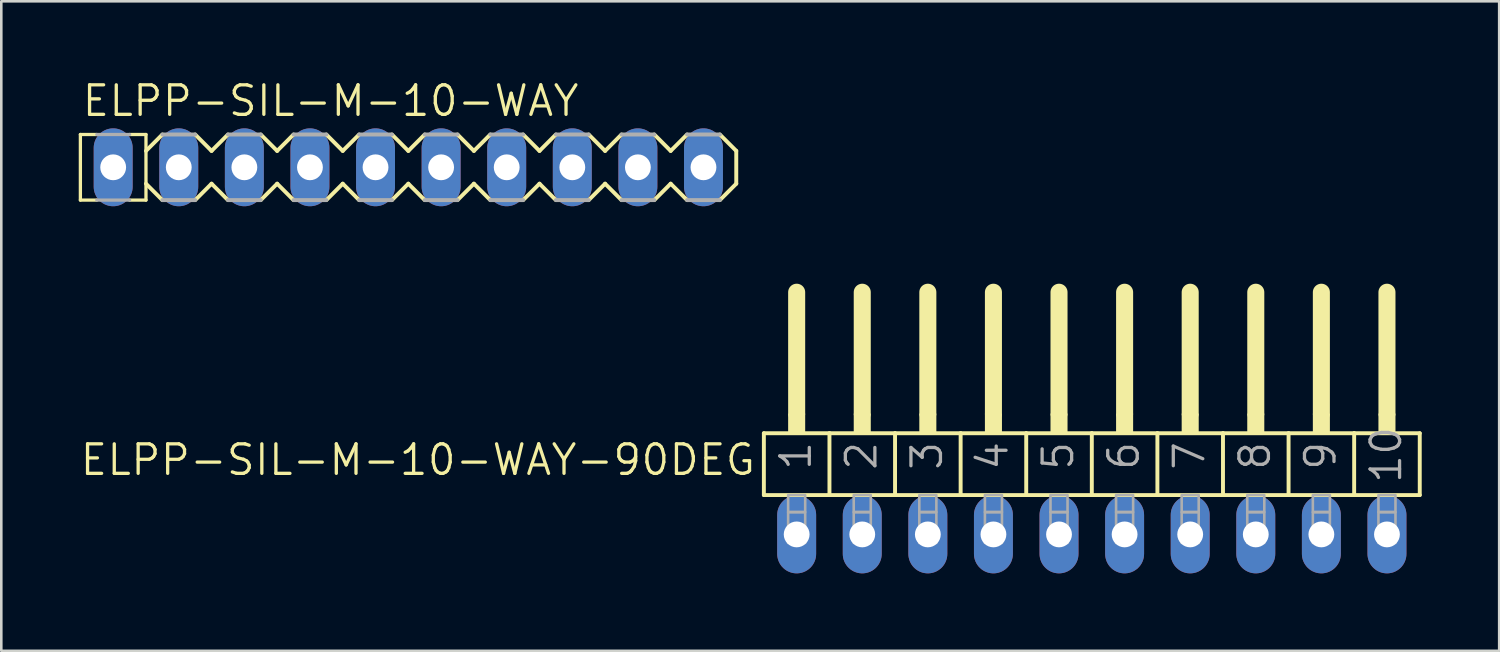
<source format=kicad_pcb>
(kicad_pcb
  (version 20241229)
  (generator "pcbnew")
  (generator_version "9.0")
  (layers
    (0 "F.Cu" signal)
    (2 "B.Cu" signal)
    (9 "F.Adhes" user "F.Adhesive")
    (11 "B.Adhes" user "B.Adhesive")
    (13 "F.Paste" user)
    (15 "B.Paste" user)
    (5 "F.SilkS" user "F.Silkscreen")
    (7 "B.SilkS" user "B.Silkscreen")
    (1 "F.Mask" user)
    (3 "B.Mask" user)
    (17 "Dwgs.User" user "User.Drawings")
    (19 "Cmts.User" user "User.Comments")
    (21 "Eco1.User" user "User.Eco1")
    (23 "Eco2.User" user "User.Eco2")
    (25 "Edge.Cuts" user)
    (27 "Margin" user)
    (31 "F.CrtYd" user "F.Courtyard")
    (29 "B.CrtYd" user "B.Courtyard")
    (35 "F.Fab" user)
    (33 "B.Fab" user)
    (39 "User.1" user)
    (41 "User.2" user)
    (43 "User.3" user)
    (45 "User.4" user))
  (footprint "ELPP-SIL-M-10-WAY-90DEG"
    (layer "F.Cu")
    (at 39.232 17.646)
    (property "Reference" "ELPP-SIL-M-10-WAY-90DEG" (at -12.954 -3.556 0) (unlocked yes) (layer "F.SilkS") (effects (font (size 1.143 1.143) (thickness 0.127)) (justify right top)))
    (fp_line (start -12.7 -3.918) (end -10.16 -3.918) (stroke (width 0.152) (type solid)) (layer "F.SilkS"))
    (fp_line (start -12.7 -1.524) (end -12.7 -3.918) (stroke (width 0.152) (type solid)) (layer "F.SilkS"))
    (fp_line (start -11.43 -4.68) (end -11.43 -9.379) (stroke (width 0.66) (type solid)) (layer "F.SilkS"))
    (fp_line (start -10.16 -3.918) (end -7.62 -3.918) (stroke (width 0.152) (type solid)) (layer "F.SilkS"))
    (fp_line (start -10.16 -1.524) (end -12.7 -1.524) (stroke (width 0.152) (type solid)) (layer "F.SilkS"))
    (fp_line (start -10.16 -1.524) (end -10.16 -3.918) (stroke (width 0.152) (type solid)) (layer "F.SilkS"))
    (fp_line (start -10.16 -1.524) (end -7.62 -1.524) (stroke (width 0.152) (type solid)) (layer "F.SilkS"))
    (fp_line (start -8.89 -4.68) (end -8.89 -9.379) (stroke (width 0.66) (type solid)) (layer "F.SilkS"))
    (fp_line (start -7.62 -3.918) (end -5.08 -3.918) (stroke (width 0.152) (type solid)) (layer "F.SilkS"))
    (fp_line (start -7.62 -1.524) (end -7.62 -3.918) (stroke (width 0.152) (type solid)) (layer "F.SilkS"))
    (fp_line (start -6.35 -4.68) (end -6.35 -9.379) (stroke (width 0.66) (type solid)) (layer "F.SilkS"))
    (fp_line (start -5.08 -3.918) (end -2.54 -3.918) (stroke (width 0.152) (type solid)) (layer "F.SilkS"))
    (fp_line (start -5.08 -1.524) (end -7.62 -1.524) (stroke (width 0.152) (type solid)) (layer "F.SilkS"))
    (fp_line (start -5.08 -1.524) (end -5.08 -3.918) (stroke (width 0.152) (type solid)) (layer "F.SilkS"))
    (fp_line (start -3.81 -4.68) (end -3.81 -9.379) (stroke (width 0.66) (type solid)) (layer "F.SilkS"))
    (fp_line (start -2.54 -3.918) (end 0 -3.918) (stroke (width 0.152) (type solid)) (layer "F.SilkS"))
    (fp_line (start -2.54 -1.524) (end -5.08 -1.524) (stroke (width 0.152) (type solid)) (layer "F.SilkS"))
    (fp_line (start -2.54 -1.524) (end -2.54 -3.918) (stroke (width 0.152) (type solid)) (layer "F.SilkS"))
    (fp_line (start -1.27 -4.68) (end -1.27 -9.379) (stroke (width 0.66) (type solid)) (layer "F.SilkS"))
    (fp_line (start 0 -3.918) (end 2.54 -3.918) (stroke (width 0.152) (type solid)) (layer "F.SilkS"))
    (fp_line (start 0 -1.524) (end -2.54 -1.524) (stroke (width 0.152) (type solid)) (layer "F.SilkS"))
    (fp_line (start 0 -1.524) (end 0 -3.918) (stroke (width 0.152) (type solid)) (layer "F.SilkS"))
    (fp_line (start 1.27 -4.68) (end 1.27 -9.379) (stroke (width 0.66) (type solid)) (layer "F.SilkS"))
    (fp_line (start 2.54 -3.918) (end 5.08 -3.918) (stroke (width 0.152) (type solid)) (layer "F.SilkS"))
    (fp_line (start 2.54 -1.524) (end 0 -1.524) (stroke (width 0.152) (type solid)) (layer "F.SilkS"))
    (fp_line (start 2.54 -1.524) (end 2.54 -3.918) (stroke (width 0.152) (type solid)) (layer "F.SilkS"))
    (fp_line (start 2.54 -1.524) (end 5.08 -1.524) (stroke (width 0.152) (type solid)) (layer "F.SilkS"))
    (fp_line (start 3.81 -4.68) (end 3.81 -9.379) (stroke (width 0.66) (type solid)) (layer "F.SilkS"))
    (fp_line (start 5.08 -3.918) (end 7.62 -3.918) (stroke (width 0.152) (type solid)) (layer "F.SilkS"))
    (fp_line (start 5.08 -1.524) (end 5.08 -3.918) (stroke (width 0.152) (type solid)) (layer "F.SilkS"))
    (fp_line (start 6.35 -4.68) (end 6.35 -9.379) (stroke (width 0.66) (type solid)) (layer "F.SilkS"))
    (fp_line (start 7.62 -3.918) (end 10.16 -3.918) (stroke (width 0.152) (type solid)) (layer "F.SilkS"))
    (fp_line (start 7.62 -1.524) (end 5.08 -1.524) (stroke (width 0.152) (type solid)) (layer "F.SilkS"))
    (fp_line (start 7.62 -1.524) (end 7.62 -3.918) (stroke (width 0.152) (type solid)) (layer "F.SilkS"))
    (fp_line (start 8.89 -4.68) (end 8.89 -9.379) (stroke (width 0.66) (type solid)) (layer "F.SilkS"))
    (fp_line (start 10.16 -3.918) (end 12.7 -3.918) (stroke (width 0.152) (type solid)) (layer "F.SilkS"))
    (fp_line (start 10.16 -1.524) (end 7.62 -1.524) (stroke (width 0.152) (type solid)) (layer "F.SilkS"))
    (fp_line (start 10.16 -1.524) (end 10.16 -3.918) (stroke (width 0.152) (type solid)) (layer "F.SilkS"))
    (fp_line (start 11.43 -4.68) (end 11.43 -9.379) (stroke (width 0.66) (type solid)) (layer "F.SilkS"))
    (fp_line (start 12.7 -1.524) (end 10.16 -1.524) (stroke (width 0.152) (type solid)) (layer "F.SilkS"))
    (fp_line (start 12.7 -1.524) (end 12.7 -3.918) (stroke (width 0.152) (type solid)) (layer "F.SilkS"))
    (fp_poly (pts (xy -11.76 -3.918) (xy -11.1 -3.918) (xy -11.1 -4.68) (xy -11.76 -4.68)) (stroke (width 0) (type default)) (fill yes) (layer "F.SilkS"))
    (fp_poly (pts (xy -9.22 -3.918) (xy -8.56 -3.918) (xy -8.56 -4.68) (xy -9.22 -4.68)) (stroke (width 0) (type default)) (fill yes) (layer "F.SilkS"))
    (fp_poly (pts (xy -6.68 -3.918) (xy -6.02 -3.918) (xy -6.02 -4.68) (xy -6.68 -4.68)) (stroke (width 0) (type default)) (fill yes) (layer "F.SilkS"))
    (fp_poly (pts (xy -4.14 -3.918) (xy -3.48 -3.918) (xy -3.48 -4.68) (xy -4.14 -4.68)) (stroke (width 0) (type default)) (fill yes) (layer "F.SilkS"))
    (fp_poly (pts (xy -1.6 -3.918) (xy -0.94 -3.918) (xy -0.94 -4.68) (xy -1.6 -4.68)) (stroke (width 0) (type default)) (fill yes) (layer "F.SilkS"))
    (fp_poly (pts (xy 0.94 -3.918) (xy 1.6 -3.918) (xy 1.6 -4.68) (xy 0.94 -4.68)) (stroke (width 0) (type default)) (fill yes) (layer "F.SilkS"))
    (fp_poly (pts (xy 3.48 -3.918) (xy 4.14 -3.918) (xy 4.14 -4.68) (xy 3.48 -4.68)) (stroke (width 0) (type default)) (fill yes) (layer "F.SilkS"))
    (fp_poly (pts (xy 6.02 -3.918) (xy 6.68 -3.918) (xy 6.68 -4.68) (xy 6.02 -4.68)) (stroke (width 0) (type default)) (fill yes) (layer "F.SilkS"))
    (fp_poly (pts (xy 8.56 -3.918) (xy 9.22 -3.918) (xy 9.22 -4.68) (xy 8.56 -4.68)) (stroke (width 0) (type default)) (fill yes) (layer "F.SilkS"))
    (fp_poly (pts (xy 11.1 -3.918) (xy 11.76 -3.918) (xy 11.76 -4.68) (xy 11.1 -4.68)) (stroke (width 0) (type default)) (fill yes) (layer "F.SilkS"))
    (fp_poly (pts (xy -11.76 -0.864) (xy -11.1 -0.864) (xy -11.1 -1.524) (xy -11.76 -1.524)) (stroke (width 0.1) (type default)) (fill no) (layer "F.Fab"))
    (fp_poly (pts (xy -11.76 0.33) (xy -11.1 0.33) (xy -11.1 -0.864) (xy -11.76 -0.864)) (stroke (width 0.1) (type default)) (fill no) (layer "F.Fab"))
    (fp_poly (pts (xy -9.22 -0.864) (xy -8.56 -0.864) (xy -8.56 -1.524) (xy -9.22 -1.524)) (stroke (width 0.1) (type default)) (fill no) (layer "F.Fab"))
    (fp_poly (pts (xy -9.22 0.33) (xy -8.56 0.33) (xy -8.56 -0.864) (xy -9.22 -0.864)) (stroke (width 0.1) (type default)) (fill no) (layer "F.Fab"))
    (fp_poly (pts (xy -6.68 -0.864) (xy -6.02 -0.864) (xy -6.02 -1.524) (xy -6.68 -1.524)) (stroke (width 0.1) (type default)) (fill no) (layer "F.Fab"))
    (fp_poly (pts (xy -6.68 0.33) (xy -6.02 0.33) (xy -6.02 -0.864) (xy -6.68 -0.864)) (stroke (width 0.1) (type default)) (fill no) (layer "F.Fab"))
    (fp_poly (pts (xy -4.14 -0.864) (xy -3.48 -0.864) (xy -3.48 -1.524) (xy -4.14 -1.524)) (stroke (width 0.1) (type default)) (fill no) (layer "F.Fab"))
    (fp_poly (pts (xy -4.14 0.33) (xy -3.48 0.33) (xy -3.48 -0.864) (xy -4.14 -0.864)) (stroke (width 0.1) (type default)) (fill no) (layer "F.Fab"))
    (fp_poly (pts (xy -1.6 -0.864) (xy -0.94 -0.864) (xy -0.94 -1.524) (xy -1.6 -1.524)) (stroke (width 0.1) (type default)) (fill no) (layer "F.Fab"))
    (fp_poly (pts (xy -1.6 0.33) (xy -0.94 0.33) (xy -0.94 -0.864) (xy -1.6 -0.864)) (stroke (width 0.1) (type default)) (fill no) (layer "F.Fab"))
    (fp_poly (pts (xy 0.94 -0.864) (xy 1.6 -0.864) (xy 1.6 -1.524) (xy 0.94 -1.524)) (stroke (width 0.1) (type default)) (fill no) (layer "F.Fab"))
    (fp_poly (pts (xy 0.94 0.33) (xy 1.6 0.33) (xy 1.6 -0.864) (xy 0.94 -0.864)) (stroke (width 0.1) (type default)) (fill no) (layer "F.Fab"))
    (fp_poly (pts (xy 3.48 -0.864) (xy 4.14 -0.864) (xy 4.14 -1.524) (xy 3.48 -1.524)) (stroke (width 0.1) (type default)) (fill no) (layer "F.Fab"))
    (fp_poly (pts (xy 3.48 0.33) (xy 4.14 0.33) (xy 4.14 -0.864) (xy 3.48 -0.864)) (stroke (width 0.1) (type default)) (fill no) (layer "F.Fab"))
    (fp_poly (pts (xy 6.02 -0.864) (xy 6.68 -0.864) (xy 6.68 -1.524) (xy 6.02 -1.524)) (stroke (width 0.1) (type default)) (fill no) (layer "F.Fab"))
    (fp_poly (pts (xy 6.02 0.33) (xy 6.68 0.33) (xy 6.68 -0.864) (xy 6.02 -0.864)) (stroke (width 0.1) (type default)) (fill no) (layer "F.Fab"))
    (fp_poly (pts (xy 8.56 -0.864) (xy 9.22 -0.864) (xy 9.22 -1.524) (xy 8.56 -1.524)) (stroke (width 0.1) (type default)) (fill no) (layer "F.Fab"))
    (fp_poly (pts (xy 8.56 0.33) (xy 9.22 0.33) (xy 9.22 -0.864) (xy 8.56 -0.864)) (stroke (width 0.1) (type default)) (fill no) (layer "F.Fab"))
    (fp_poly (pts (xy 11.1 -0.864) (xy 11.76 -0.864) (xy 11.76 -1.524) (xy 11.1 -1.524)) (stroke (width 0.1) (type default)) (fill no) (layer "F.Fab"))
    (fp_poly (pts (xy 11.1 0.33) (xy 11.76 0.33) (xy 11.76 -0.864) (xy 11.1 -0.864)) (stroke (width 0.1) (type default)) (fill no) (layer "F.Fab"))
    (fp_text user "4" (at -3.175 -2.413 90) (layer "F.Fab") (effects (font (size 1.143 1.143) (thickness 0.127)) (justify left bottom)))
    (fp_text user "10" (at 12.065 -1.905 90) (layer "F.Fab") (effects (font (size 1.143 1.143) (thickness 0.127)) (justify left bottom)))
    (fp_text user "5" (at -0.635 -2.413 90) (layer "F.Fab") (effects (font (size 1.143 1.143) (thickness 0.127)) (justify left bottom)))
    (fp_text user "7" (at 4.445 -2.413 90) (layer "F.Fab") (effects (font (size 1.143 1.143) (thickness 0.127)) (justify left bottom)))
    (fp_text user "9" (at 9.525 -2.413 90) (layer "F.Fab") (effects (font (size 1.143 1.143) (thickness 0.127)) (justify left bottom)))
    (fp_text user "3" (at -5.715 -2.413 90) (layer "F.Fab") (effects (font (size 1.143 1.143) (thickness 0.127)) (justify left bottom)))
    (fp_text user "8" (at 6.985 -2.413 90) (layer "F.Fab") (effects (font (size 1.143 1.143) (thickness 0.127)) (justify left bottom)))
    (fp_text user "2" (at -8.255 -2.413 90) (layer "F.Fab") (effects (font (size 1.143 1.143) (thickness 0.127)) (justify left bottom)))
    (fp_text user "6" (at 1.905 -2.413 90) (layer "F.Fab") (effects (font (size 1.143 1.143) (thickness 0.127)) (justify left bottom)))
    (fp_text user "1" (at -10.795 -2.413 90) (layer "F.Fab") (effects (font (size 1.143 1.143) (thickness 0.127)) (justify left bottom)))
    (pad "1" thru_hole oval (at -11.43 0 90) (size 3.016 1.508) (drill 1) (layers "*.Cu" "*.Mask"))
    (pad "2" thru_hole oval (at -8.89 0 90) (size 3.016 1.508) (drill 1) (layers "*.Cu" "*.Mask"))
    (pad "3" thru_hole oval (at -6.35 0 90) (size 3.016 1.508) (drill 1) (layers "*.Cu" "*.Mask"))
    (pad "4" thru_hole oval (at -3.81 0 90) (size 3.016 1.508) (drill 1) (layers "*.Cu" "*.Mask"))
    (pad "5" thru_hole oval (at -1.27 0 90) (size 3.016 1.508) (drill 1) (layers "*.Cu" "*.Mask"))
    (pad "6" thru_hole oval (at 1.27 0 90) (size 3.016 1.508) (drill 1) (layers "*.Cu" "*.Mask"))
    (pad "7" thru_hole oval (at 3.81 0 90) (size 3.016 1.508) (drill 1) (layers "*.Cu" "*.Mask"))
    (pad "8" thru_hole oval (at 6.35 0 90) (size 3.016 1.508) (drill 1) (layers "*.Cu" "*.Mask"))
    (pad "9" thru_hole oval (at 8.89 0 90) (size 3.016 1.508) (drill 1) (layers "*.Cu" "*.Mask"))
    (pad "10" thru_hole oval (at 11.43 0 90) (size 3.016 1.508) (drill 1) (layers "*.Cu" "*.Mask")))
  (footprint "ELPP-SIL-M-10-WAY"
    (layer "F.Cu")
    (at 6.413 3.429)
    (property "Reference" "ELPP-SIL-M-10-WAY" (at -6.35 -1.905 0) (unlocked yes) (layer "F.SilkS") (effects (font (size 1.143 1.143) (thickness 0.127)) (justify left bottom)))
    (fp_line (start -6.35 -1.27) (end -6.35 1.27) (stroke (width 0.127) (type solid)) (layer "F.SilkS"))
    (fp_line (start -6.35 -1.27) (end -5.715 -1.27) (stroke (width 0.127) (type solid)) (layer "F.SilkS"))
    (fp_line (start -6.35 1.27) (end -5.715 1.27) (stroke (width 0.127) (type solid)) (layer "F.SilkS"))
    (fp_line (start -3.81 -1.27) (end -4.445 -1.27) (stroke (width 0.127) (type solid)) (layer "F.SilkS"))
    (fp_line (start -3.81 -1.27) (end -3.81 1.27) (stroke (width 0.127) (type solid)) (layer "F.SilkS"))
    (fp_line (start -3.81 -0.635) (end -3.175 -1.27) (stroke (width 0.152) (type solid)) (layer "F.SilkS"))
    (fp_line (start -3.81 1.27) (end -4.445 1.27) (stroke (width 0.127) (type solid)) (layer "F.SilkS"))
    (fp_line (start -3.175 1.27) (end -3.81 0.635) (stroke (width 0.152) (type solid)) (layer "F.SilkS"))
    (fp_line (start -1.905 -1.27) (end -1.27 -0.635) (stroke (width 0.152) (type solid)) (layer "F.SilkS"))
    (fp_line (start -1.27 -0.635) (end -0.635 -1.27) (stroke (width 0.152) (type solid)) (layer "F.SilkS"))
    (fp_line (start -1.27 0.635) (end -1.905 1.27) (stroke (width 0.152) (type solid)) (layer "F.SilkS"))
    (fp_line (start -0.635 1.27) (end -1.27 0.635) (stroke (width 0.152) (type solid)) (layer "F.SilkS"))
    (fp_line (start 0.635 -1.27) (end 1.27 -0.635) (stroke (width 0.152) (type solid)) (layer "F.SilkS"))
    (fp_line (start 1.27 0.635) (end 0.635 1.27) (stroke (width 0.152) (type solid)) (layer "F.SilkS"))
    (fp_line (start 1.27 0.635) (end 1.905 1.27) (stroke (width 0.152) (type solid)) (layer "F.SilkS"))
    (fp_line (start 1.905 -1.27) (end 1.27 -0.635) (stroke (width 0.152) (type solid)) (layer "F.SilkS"))
    (fp_line (start 3.175 -1.27) (end 3.81 -0.635) (stroke (width 0.152) (type solid)) (layer "F.SilkS"))
    (fp_line (start 3.81 -0.635) (end 4.445 -1.27) (stroke (width 0.152) (type solid)) (layer "F.SilkS"))
    (fp_line (start 3.81 0.635) (end 3.175 1.27) (stroke (width 0.152) (type solid)) (layer "F.SilkS"))
    (fp_line (start 4.445 1.27) (end 3.81 0.635) (stroke (width 0.152) (type solid)) (layer "F.SilkS"))
    (fp_line (start 5.715 -1.27) (end 6.35 -0.635) (stroke (width 0.152) (type solid)) (layer "F.SilkS"))
    (fp_line (start 6.35 -0.635) (end 6.985 -1.27) (stroke (width 0.152) (type solid)) (layer "F.SilkS"))
    (fp_line (start 6.35 0.635) (end 5.715 1.27) (stroke (width 0.152) (type solid)) (layer "F.SilkS"))
    (fp_line (start 6.985 1.27) (end 6.35 0.635) (stroke (width 0.152) (type solid)) (layer "F.SilkS"))
    (fp_line (start 8.255 -1.27) (end 8.89 -0.635) (stroke (width 0.152) (type solid)) (layer "F.SilkS"))
    (fp_line (start 8.89 -0.635) (end 9.525 -1.27) (stroke (width 0.152) (type solid)) (layer "F.SilkS"))
    (fp_line (start 8.89 0.635) (end 8.255 1.27) (stroke (width 0.152) (type solid)) (layer "F.SilkS"))
    (fp_line (start 9.525 1.27) (end 8.89 0.635) (stroke (width 0.152) (type solid)) (layer "F.SilkS"))
    (fp_line (start 10.795 -1.27) (end 11.43 -0.635) (stroke (width 0.152) (type solid)) (layer "F.SilkS"))
    (fp_line (start 11.43 -0.635) (end 12.065 -1.27) (stroke (width 0.152) (type solid)) (layer "F.SilkS"))
    (fp_line (start 11.43 0.635) (end 10.795 1.27) (stroke (width 0.152) (type solid)) (layer "F.SilkS"))
    (fp_line (start 12.065 1.27) (end 11.43 0.635) (stroke (width 0.152) (type solid)) (layer "F.SilkS"))
    (fp_line (start 13.335 -1.27) (end 13.97 -0.635) (stroke (width 0.152) (type solid)) (layer "F.SilkS"))
    (fp_line (start 13.97 -0.635) (end 14.605 -1.27) (stroke (width 0.152) (type solid)) (layer "F.SilkS"))
    (fp_line (start 13.97 0.635) (end 13.335 1.27) (stroke (width 0.152) (type solid)) (layer "F.SilkS"))
    (fp_line (start 14.605 1.27) (end 13.97 0.635) (stroke (width 0.152) (type solid)) (layer "F.SilkS"))
    (fp_line (start 15.875 -1.27) (end 16.51 -0.635) (stroke (width 0.152) (type solid)) (layer "F.SilkS"))
    (fp_line (start 16.51 -0.635) (end 17.145 -1.27) (stroke (width 0.152) (type solid)) (layer "F.SilkS"))
    (fp_line (start 16.51 0.635) (end 15.875 1.27) (stroke (width 0.152) (type solid)) (layer "F.SilkS"))
    (fp_line (start 17.145 1.27) (end 16.51 0.635) (stroke (width 0.152) (type solid)) (layer "F.SilkS"))
    (fp_line (start 18.415 -1.27) (end 19.05 -0.635) (stroke (width 0.152) (type solid)) (layer "F.SilkS"))
    (fp_line (start 19.05 -0.635) (end 19.05 0.635) (stroke (width 0.152) (type solid)) (layer "F.SilkS"))
    (fp_line (start 19.05 0.635) (end 18.415 1.27) (stroke (width 0.152) (type solid)) (layer "F.SilkS"))
    (fp_line (start -5.715 -1.27) (end -4.445 -1.27) (stroke (width 0.127) (type solid)) (layer "F.Fab"))
    (fp_line (start -5.715 1.27) (end -4.445 1.27) (stroke (width 0.127) (type solid)) (layer "F.Fab"))
    (fp_line (start -3.175 -1.27) (end -1.905 -1.27) (stroke (width 0.152) (type solid)) (layer "F.Fab"))
    (fp_line (start -1.905 1.27) (end -3.175 1.27) (stroke (width 0.152) (type solid)) (layer "F.Fab"))
    (fp_line (start -0.635 -1.27) (end 0.635 -1.27) (stroke (width 0.152) (type solid)) (layer "F.Fab"))
    (fp_line (start 0.635 1.27) (end -0.635 1.27) (stroke (width 0.152) (type solid)) (layer "F.Fab"))
    (fp_line (start 1.905 -1.27) (end 3.175 -1.27) (stroke (width 0.152) (type solid)) (layer "F.Fab"))
    (fp_line (start 3.175 1.27) (end 1.905 1.27) (stroke (width 0.152) (type solid)) (layer "F.Fab"))
    (fp_line (start 4.445 -1.27) (end 5.715 -1.27) (stroke (width 0.152) (type solid)) (layer "F.Fab"))
    (fp_line (start 5.715 1.27) (end 4.445 1.27) (stroke (width 0.152) (type solid)) (layer "F.Fab"))
    (fp_line (start 6.985 -1.27) (end 8.255 -1.27) (stroke (width 0.152) (type solid)) (layer "F.Fab"))
    (fp_line (start 8.255 1.27) (end 6.985 1.27) (stroke (width 0.152) (type solid)) (layer "F.Fab"))
    (fp_line (start 9.525 -1.27) (end 10.795 -1.27) (stroke (width 0.152) (type solid)) (layer "F.Fab"))
    (fp_line (start 10.795 1.27) (end 9.525 1.27) (stroke (width 0.152) (type solid)) (layer "F.Fab"))
    (fp_line (start 12.065 -1.27) (end 13.335 -1.27) (stroke (width 0.152) (type solid)) (layer "F.Fab"))
    (fp_line (start 13.335 1.27) (end 12.065 1.27) (stroke (width 0.152) (type solid)) (layer "F.Fab"))
    (fp_line (start 14.605 -1.27) (end 15.875 -1.27) (stroke (width 0.152) (type solid)) (layer "F.Fab"))
    (fp_line (start 15.875 1.27) (end 14.605 1.27) (stroke (width 0.152) (type solid)) (layer "F.Fab"))
    (fp_line (start 17.145 -1.27) (end 18.415 -1.27) (stroke (width 0.152) (type solid)) (layer "F.Fab"))
    (fp_line (start 18.415 1.27) (end 17.145 1.27) (stroke (width 0.152) (type solid)) (layer "F.Fab"))
    (fp_poly (pts (xy -5.334 0.254) (xy -4.826 0.254) (xy -4.826 -0.254) (xy -5.334 -0.254)) (stroke (width 0.1) (type default)) (fill no) (layer "F.Fab"))
    (fp_poly (pts (xy -2.794 0.254) (xy -2.286 0.254) (xy -2.286 -0.254) (xy -2.794 -0.254)) (stroke (width 0.1) (type default)) (fill no) (layer "F.Fab"))
    (fp_poly (pts (xy -0.254 0.254) (xy 0.254 0.254) (xy 0.254 -0.254) (xy -0.254 -0.254)) (stroke (width 0.1) (type default)) (fill no) (layer "F.Fab"))
    (fp_poly (pts (xy 2.286 0.254) (xy 2.794 0.254) (xy 2.794 -0.254) (xy 2.286 -0.254)) (stroke (width 0.1) (type default)) (fill no) (layer "F.Fab"))
    (fp_poly (pts (xy 4.826 0.254) (xy 5.334 0.254) (xy 5.334 -0.254) (xy 4.826 -0.254)) (stroke (width 0.1) (type default)) (fill no) (layer "F.Fab"))
    (fp_poly (pts (xy 7.366 0.254) (xy 7.874 0.254) (xy 7.874 -0.254) (xy 7.366 -0.254)) (stroke (width 0.1) (type default)) (fill no) (layer "F.Fab"))
    (fp_poly (pts (xy 9.906 0.254) (xy 10.414 0.254) (xy 10.414 -0.254) (xy 9.906 -0.254)) (stroke (width 0.1) (type default)) (fill no) (layer "F.Fab"))
    (fp_poly (pts (xy 12.446 0.254) (xy 12.954 0.254) (xy 12.954 -0.254) (xy 12.446 -0.254)) (stroke (width 0.1) (type default)) (fill no) (layer "F.Fab"))
    (fp_poly (pts (xy 14.986 0.254) (xy 15.494 0.254) (xy 15.494 -0.254) (xy 14.986 -0.254)) (stroke (width 0.1) (type default)) (fill no) (layer "F.Fab"))
    (fp_poly (pts (xy 17.526 0.254) (xy 18.034 0.254) (xy 18.034 -0.254) (xy 17.526 -0.254)) (stroke (width 0.1) (type default)) (fill no) (layer "F.Fab"))
    (pad "1" thru_hole oval (at -5.08 0 90) (size 3.016 1.508) (drill 1) (layers "*.Cu" "*.Mask"))
    (pad "2" thru_hole oval (at -2.54 0 90) (size 3.016 1.508) (drill 1) (layers "*.Cu" "*.Mask"))
    (pad "3" thru_hole oval (at 0 0 90) (size 3.016 1.508) (drill 1) (layers "*.Cu" "*.Mask"))
    (pad "4" thru_hole oval (at 2.54 0 90) (size 3.016 1.508) (drill 1) (layers "*.Cu" "*.Mask"))
    (pad "5" thru_hole oval (at 5.08 0 90) (size 3.016 1.508) (drill 1) (layers "*.Cu" "*.Mask"))
    (pad "6" thru_hole oval (at 7.62 0 90) (size 3.016 1.508) (drill 1) (layers "*.Cu" "*.Mask"))
    (pad "7" thru_hole oval (at 10.16 0 90) (size 3.016 1.508) (drill 1) (layers "*.Cu" "*.Mask"))
    (pad "8" thru_hole oval (at 12.7 0 90) (size 3.016 1.508) (drill 1) (layers "*.Cu" "*.Mask"))
    (pad "9" thru_hole oval (at 15.24 0 90) (size 3.016 1.508) (drill 1) (layers "*.Cu" "*.Mask"))
    (pad "10" thru_hole oval (at 17.78 0 90) (size 3.016 1.508) (drill 1) (layers "*.Cu" "*.Mask")))
  (gr_rect
    (start -3 -3)
    (end 55.008 22.154)
    (stroke (width 0.1) (type default))
    (fill no)
    (layer "Edge.Cuts")))
</source>
